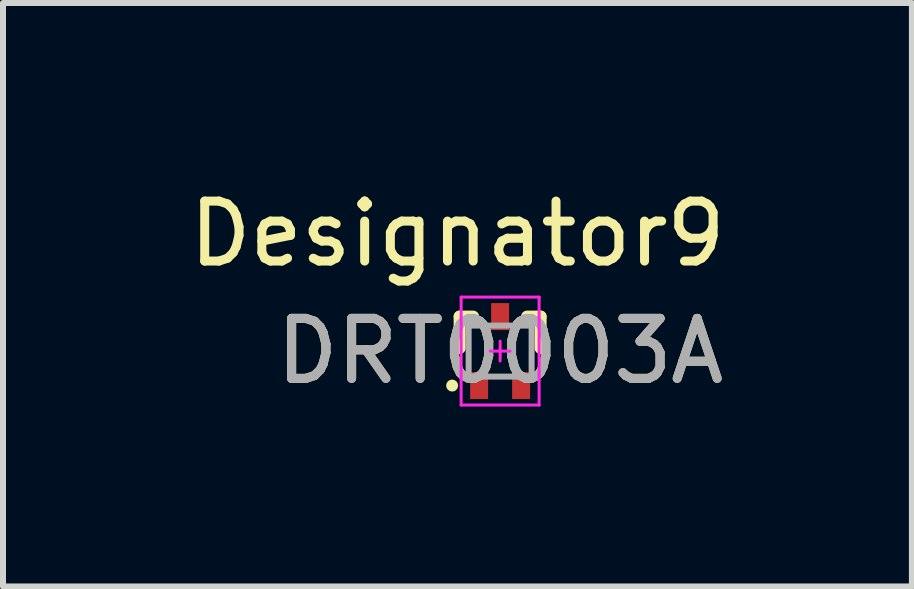
<source format=kicad_pcb>
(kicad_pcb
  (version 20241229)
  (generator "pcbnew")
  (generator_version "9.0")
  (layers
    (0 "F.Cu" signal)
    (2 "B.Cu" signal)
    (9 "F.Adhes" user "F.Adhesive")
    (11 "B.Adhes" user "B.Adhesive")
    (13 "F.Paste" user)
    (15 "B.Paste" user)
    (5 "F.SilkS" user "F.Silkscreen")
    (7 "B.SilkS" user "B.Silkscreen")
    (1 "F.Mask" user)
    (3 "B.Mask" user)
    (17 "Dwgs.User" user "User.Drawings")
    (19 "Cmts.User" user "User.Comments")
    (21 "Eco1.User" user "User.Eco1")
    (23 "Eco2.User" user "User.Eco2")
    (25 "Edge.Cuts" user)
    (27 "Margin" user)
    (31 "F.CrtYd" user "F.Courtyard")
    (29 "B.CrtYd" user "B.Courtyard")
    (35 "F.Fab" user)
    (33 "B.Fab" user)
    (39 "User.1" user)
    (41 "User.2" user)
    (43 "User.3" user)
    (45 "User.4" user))
  (footprint "DRT0003A"
    (layer "F.Cu")
    (at 5.289 2.804)
    (property "Reference" "DRT0003A" (at 0 0 0) (unlocked yes) (layer "F.SilkS") (effects (font (size 1 1) (thickness 0.15))))
    (attr smd)
    (fp_line (start -0.675 -0.575) (end -0.45 -0.575) (stroke (width 0.2) (type solid)) (layer "F.SilkS"))
    (fp_line (start -0.675 -0.05) (end -0.675 -0.575) (stroke (width 0.2) (type solid)) (layer "F.SilkS"))
    (fp_line (start 0.45 -0.575) (end 0.675 -0.575) (stroke (width 0.2) (type solid)) (layer "F.SilkS"))
    (fp_line (start 0.675 -0.05) (end 0.675 -0.575) (stroke (width 0.2) (type solid)) (layer "F.SilkS"))
    (fp_circle (center -0.8 0.575) (end -0.75 0.575) (stroke (width 0.1) (type solid)) (fill no) (layer "F.SilkS"))
    (fp_line (start -0.65 -0.9) (end 0.65 -0.9) (stroke (width 0.05) (type solid)) (layer "F.CrtYd"))
    (fp_line (start -0.65 0.9) (end -0.65 -0.9) (stroke (width 0.05) (type solid)) (layer "F.CrtYd"))
    (fp_line (start -0.65 0.9) (end 0.65 0.9) (stroke (width 0.05) (type solid)) (layer "F.CrtYd"))
    (fp_line (start -0.165 0) (end 0.165 0) (stroke (width 0.05) (type solid)) (layer "F.CrtYd"))
    (fp_line (start 0 0.165) (end 0 -0.165) (stroke (width 0.05) (type solid)) (layer "F.CrtYd"))
    (fp_line (start 0.65 0.9) (end 0.65 -0.9) (stroke (width 0.05) (type solid)) (layer "F.CrtYd"))
    (fp_line (start -0.525 -0.425) (end 0.525 -0.425) (stroke (width 0.1) (type solid)) (layer "F.Fab"))
    (fp_line (start -0.525 0.425) (end -0.525 -0.425) (stroke (width 0.1) (type solid)) (layer "F.Fab"))
    (fp_line (start -0.525 0.425) (end 0.525 0.425) (stroke (width 0.1) (type solid)) (layer "F.Fab"))
    (fp_line (start 0.525 0.425) (end 0.525 -0.425) (stroke (width 0.1) (type solid)) (layer "F.Fab"))
    (fp_text user "Designator9" (at -0.711 -1.956 0) (unlocked yes) (layer "F.SilkS") (effects (font (size 1 1) (thickness 0.15))))
    (fp_text user "${REFERENCE}" (at 0 0 0) (unlocked yes) (layer "F.Fab") (effects (font (size 1 1) (thickness 0.15))))
    (pad "1" smd rect (at -0.35 0.575) (size 0.3 0.45) (layers "F.Cu" "F.Mask" "F.Paste"))
    (pad "2" smd rect (at 0.35 0.575) (size 0.3 0.45) (layers "F.Cu" "F.Mask" "F.Paste"))
    (pad "3" smd rect (at 0 -0.575) (size 0.3 0.45) (layers "F.Cu" "F.Mask" "F.Paste")))
  (gr_rect
    (start -3 -3)
    (end 12.155 6.729)
    (stroke (width 0.1) (type default))
    (fill no)
    (layer "Edge.Cuts")))
</source>
